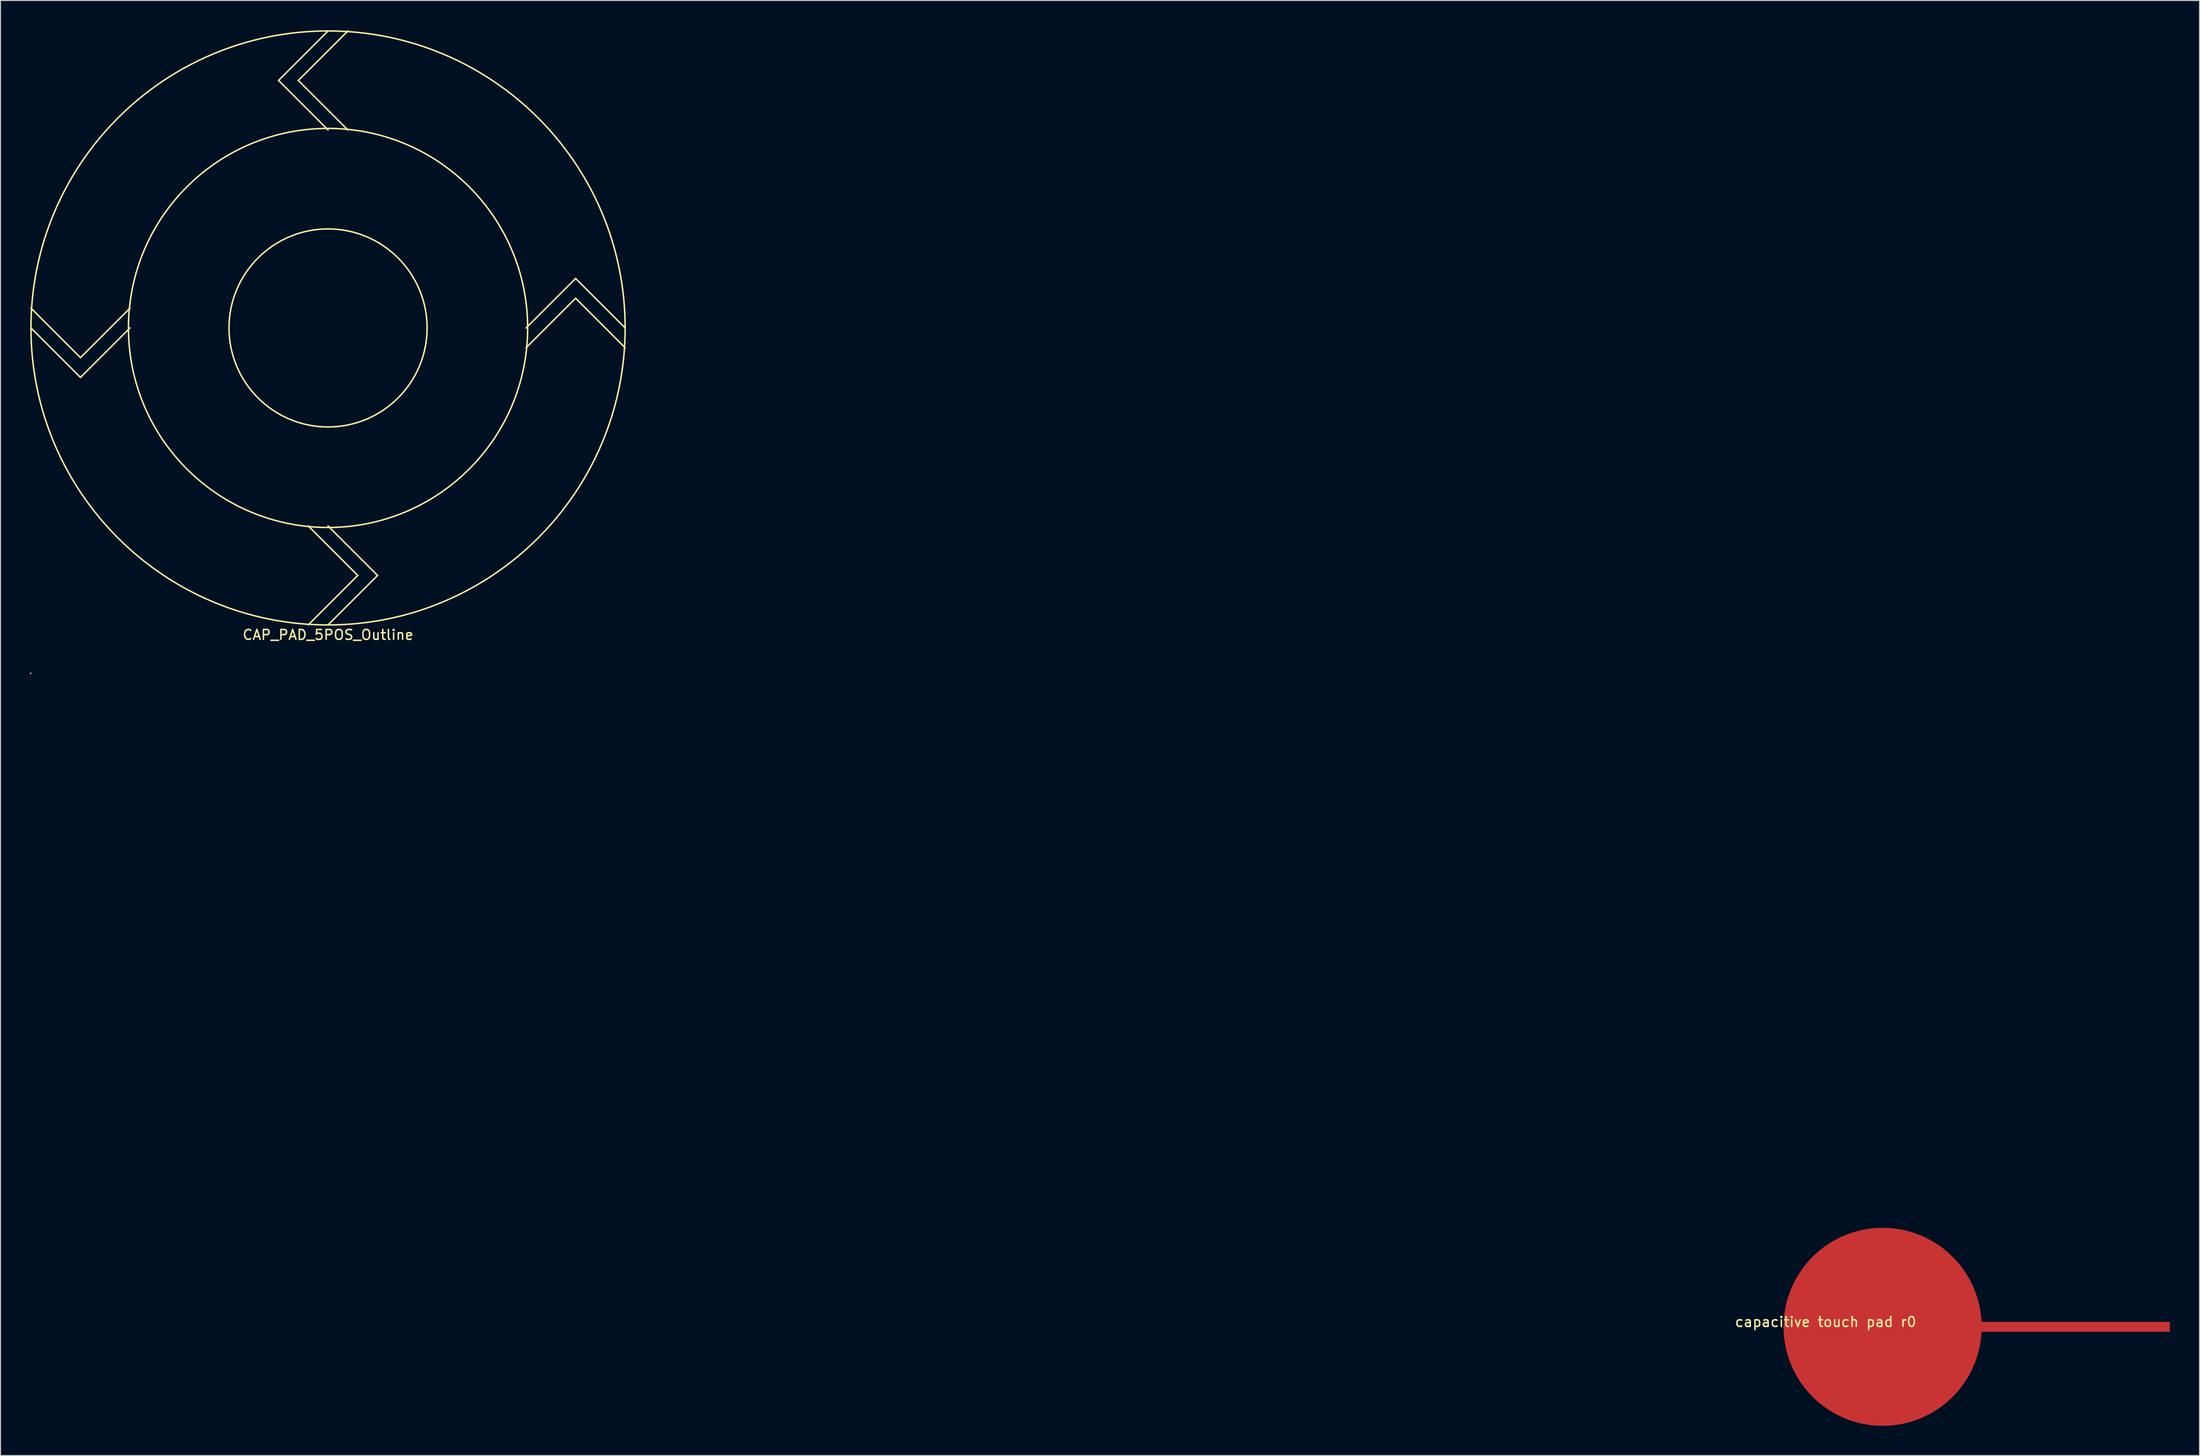
<source format=kicad_pcb>
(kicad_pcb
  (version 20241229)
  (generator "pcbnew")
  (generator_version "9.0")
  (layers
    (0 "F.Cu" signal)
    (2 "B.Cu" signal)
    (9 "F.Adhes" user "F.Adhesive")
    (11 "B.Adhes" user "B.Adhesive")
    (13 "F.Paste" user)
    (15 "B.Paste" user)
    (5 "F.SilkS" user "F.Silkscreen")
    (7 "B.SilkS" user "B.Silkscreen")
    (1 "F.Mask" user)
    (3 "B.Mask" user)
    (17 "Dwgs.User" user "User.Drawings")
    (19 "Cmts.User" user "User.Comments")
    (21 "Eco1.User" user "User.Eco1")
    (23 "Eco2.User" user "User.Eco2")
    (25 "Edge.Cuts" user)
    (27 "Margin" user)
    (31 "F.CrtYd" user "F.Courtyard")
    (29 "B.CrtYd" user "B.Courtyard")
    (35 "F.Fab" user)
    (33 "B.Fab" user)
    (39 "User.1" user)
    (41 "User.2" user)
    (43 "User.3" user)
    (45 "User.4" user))
  (footprint "CAP_PAD_5POS_Outline"
    (layer "F.Cu")
    (at 30.075 30.075)
    (property "Reference" "CAP_PAD_5POS_Outline" (at 0 31 0) (layer "F.SilkS") (effects (font (size 1 1) (thickness 0.15))))
    (attr through_hole)
    (fp_line (start -30 0) (end -25 5) (stroke (width 0.15) (type solid)) (layer "F.SilkS"))
    (fp_line (start -25 3) (end -30 -2) (stroke (width 0.15) (type solid)) (layer "F.SilkS"))
    (fp_line (start -25 5) (end -20 0) (stroke (width 0.15) (type solid)) (layer "F.SilkS"))
    (fp_line (start -20 -2) (end -25 3) (stroke (width 0.15) (type solid)) (layer "F.SilkS"))
    (fp_line (start -5 -25) (end 0 -30) (stroke (width 0.15) (type solid)) (layer "F.SilkS"))
    (fp_line (start -3 -25) (end 2 -20) (stroke (width 0.15) (type solid)) (layer "F.SilkS"))
    (fp_line (start -2 20) (end 3 25) (stroke (width 0.15) (type solid)) (layer "F.SilkS"))
    (fp_line (start 0 -20) (end -5 -25) (stroke (width 0.15) (type solid)) (layer "F.SilkS"))
    (fp_line (start 0 20) (end 5 25) (stroke (width 0.15) (type solid)) (layer "F.SilkS"))
    (fp_line (start 2 -30) (end -3 -25) (stroke (width 0.15) (type solid)) (layer "F.SilkS"))
    (fp_line (start 3 25) (end -2 30) (stroke (width 0.15) (type solid)) (layer "F.SilkS"))
    (fp_line (start 5 25) (end 0 30) (stroke (width 0.15) (type solid)) (layer "F.SilkS"))
    (fp_line (start 20 0) (end 25 -5) (stroke (width 0.15) (type solid)) (layer "F.SilkS"))
    (fp_line (start 20 2) (end 25 -3) (stroke (width 0.15) (type solid)) (layer "F.SilkS"))
    (fp_line (start 25 -5) (end 30 0) (stroke (width 0.15) (type solid)) (layer "F.SilkS"))
    (fp_line (start 25 -3) (end 30 2) (stroke (width 0.15) (type solid)) (layer "F.SilkS"))
    (fp_circle (center 0 0) (end 10 0) (stroke (width 0.15) (type solid)) (fill no) (layer "F.SilkS"))
    (fp_circle (center 0 0) (end 20 -2.5) (stroke (width 0.15) (type solid)) (fill no) (layer "F.SilkS"))
    (fp_circle (center 0 0) (end 30 0) (stroke (width 0.15) (type solid)) (fill no) (layer "F.SilkS")))
  (footprint "capacitive touch pad r0"
    (layer "F.Cu")
    (at 187.05 130.973)
    (property "Reference" "capacitive touch pad r0" (at -5.75 -0.5 0) (layer "F.SilkS") (effects (font (size 1 1) (thickness 0.15))))
    (attr through_hole)
    (fp_line (start -187 -66) (end -187 -66) (stroke (width 0.1) (type solid)) (layer "F.SilkS"))
    (fp_line (start -187 -66) (end -187 -66) (stroke (width 0.1) (type solid)) (layer "F.SilkS"))
    (fp_line (start -187 -66) (end -187 -66) (stroke (width 0.1) (type solid)) (layer "F.SilkS"))
    (fp_line (start -187 -66) (end -187 -66) (stroke (width 0.1) (type solid)) (layer "F.SilkS"))
    (fp_line (start -187 -66) (end -187 -66) (stroke (width 0.1) (type solid)) (layer "F.SilkS"))
    (fp_line (start -187 -66) (end -187 -66) (stroke (width 0.1) (type solid)) (layer "F.SilkS"))
    (fp_line (start -187 -66) (end -187 -66) (stroke (width 0.1) (type solid)) (layer "F.SilkS"))
    (fp_line (start -187 -66) (end -187 -66) (stroke (width 0.1) (type solid)) (layer "F.SilkS"))
    (fp_line (start -187 -66) (end -187 -66) (stroke (width 0.1) (type solid)) (layer "F.SilkS"))
    (fp_line (start -187 -66) (end -187 -66) (stroke (width 0.1) (type solid)) (layer "F.SilkS"))
    (fp_line (start -187 -66) (end -187 -66) (stroke (width 0.1) (type solid)) (layer "F.SilkS"))
    (fp_line (start -187 -66) (end -187 -66) (stroke (width 0.1) (type solid)) (layer "F.SilkS"))
    (fp_line (start -187 -66) (end -187 -66) (stroke (width 0.1) (type solid)) (layer "F.SilkS"))
    (fp_line (start -187 -66) (end -187 -66) (stroke (width 0.1) (type solid)) (layer "F.SilkS"))
    (fp_line (start -187 -66) (end -187 -66) (stroke (width 0.1) (type solid)) (layer "F.SilkS"))
    (fp_line (start -187 -66) (end -187 -66) (stroke (width 0.1) (type solid)) (layer "F.SilkS"))
    (fp_line (start -187 -66) (end -187 -66) (stroke (width 0.1) (type solid)) (layer "F.SilkS"))
    (fp_line (start -187 -66) (end -187 -66) (stroke (width 0.1) (type solid)) (layer "F.SilkS"))
    (fp_line (start -187 -66) (end -187 -66) (stroke (width 0.1) (type solid)) (layer "F.SilkS"))
    (fp_line (start -187 -66) (end -187 -66) (stroke (width 0.1) (type solid)) (layer "F.SilkS"))
    (fp_line (start -187 -66) (end -187 -66) (stroke (width 0.1) (type solid)) (layer "F.SilkS"))
    (fp_line (start -187 -66) (end -187 -66) (stroke (width 0.1) (type solid)) (layer "F.SilkS"))
    (fp_line (start -187 -66) (end -187 -66) (stroke (width 0.1) (type solid)) (layer "F.SilkS"))
    (fp_line (start -187 -66) (end -187 -66) (stroke (width 0.1) (type solid)) (layer "F.SilkS"))
    (fp_line (start -187 -66) (end -187 -66) (stroke (width 0.1) (type solid)) (layer "F.SilkS"))
    (fp_line (start -187 -66) (end -187 -66) (stroke (width 0.1) (type solid)) (layer "F.SilkS"))
    (fp_line (start -187 -66) (end -187 -66) (stroke (width 0.1) (type solid)) (layer "F.SilkS"))
    (fp_line (start -187 -66) (end -187 -66) (stroke (width 0.1) (type solid)) (layer "F.SilkS"))
    (fp_line (start -187 -66) (end -187 -66) (stroke (width 0.1) (type solid)) (layer "F.SilkS"))
    (fp_line (start -187 -66) (end -187 -66) (stroke (width 0.1) (type solid)) (layer "F.SilkS"))
    (fp_line (start -187 -66) (end -187 -66) (stroke (width 0.1) (type solid)) (layer "F.SilkS"))
    (fp_line (start -187 -66) (end -187 -66) (stroke (width 0.1) (type solid)) (layer "F.SilkS"))
    (fp_line (start -187 -66) (end -187 -66) (stroke (width 0.1) (type solid)) (layer "F.SilkS"))
    (fp_line (start -187 -66) (end -187 -66) (stroke (width 0.1) (type solid)) (layer "F.SilkS"))
    (fp_line (start -187 -66) (end -187 -66) (stroke (width 0.1) (type solid)) (layer "F.SilkS"))
    (fp_line (start -187 -66) (end -187 -66) (stroke (width 0.1) (type solid)) (layer "F.SilkS"))
    (fp_line (start -187 -66) (end -187 -66) (stroke (width 0.1) (type solid)) (layer "F.SilkS"))
    (fp_line (start -187 -66) (end -187 -66) (stroke (width 0.1) (type solid)) (layer "F.SilkS"))
    (fp_line (start -187 -66) (end -187 -66) (stroke (width 0.1) (type solid)) (layer "F.SilkS"))
    (fp_line (start -187 -66) (end -187 -66) (stroke (width 0.1) (type solid)) (layer "F.SilkS"))
    (fp_line (start -187 -66) (end -187 -66) (stroke (width 0.1) (type solid)) (layer "F.SilkS"))
    (fp_line (start -187 -66) (end -187 -66) (stroke (width 0.1) (type solid)) (layer "F.SilkS"))
    (fp_line (start -187 -66) (end -187 -66) (stroke (width 0.1) (type solid)) (layer "F.SilkS"))
    (fp_line (start -187 -66) (end -187 -66) (stroke (width 0.1) (type solid)) (layer "F.SilkS"))
    (fp_line (start -187 -66) (end -187 -66) (stroke (width 0.1) (type solid)) (layer "F.SilkS"))
    (fp_line (start -187 -66) (end -187 -66) (stroke (width 0.1) (type solid)) (layer "F.SilkS"))
    (fp_line (start -187 -66) (end -187 -66) (stroke (width 0.1) (type solid)) (layer "F.SilkS"))
    (fp_line (start -187 -66) (end -187 -66) (stroke (width 0.1) (type solid)) (layer "F.SilkS"))
    (fp_line (start -187 -66) (end -187 -66) (stroke (width 0.1) (type solid)) (layer "F.SilkS"))
    (fp_line (start -187 -66) (end -187 -66) (stroke (width 0.1) (type solid)) (layer "F.SilkS"))
    (fp_line (start -187 -66) (end -187 -66) (stroke (width 0.1) (type solid)) (layer "F.SilkS"))
    (fp_line (start -187 -66) (end -187 -66) (stroke (width 0.1) (type solid)) (layer "F.SilkS"))
    (fp_line (start -187 -66) (end -187 -66) (stroke (width 0.1) (type solid)) (layer "F.SilkS"))
    (fp_line (start -187 -66) (end -187 -66) (stroke (width 0.1) (type solid)) (layer "F.SilkS"))
    (fp_line (start -187 -66) (end -187 -66) (stroke (width 0.1) (type solid)) (layer "F.SilkS"))
    (fp_line (start -187 -66) (end -187 -66) (stroke (width 0.1) (type solid)) (layer "F.SilkS"))
    (fp_line (start -187 -66) (end -187 -66) (stroke (width 0.1) (type solid)) (layer "F.SilkS"))
    (fp_line (start -187 -66) (end -187 -66) (stroke (width 0.1) (type solid)) (layer "F.SilkS"))
    (fp_line (start -187 -66) (end -187 -66) (stroke (width 0.1) (type solid)) (layer "F.SilkS"))
    (fp_line (start -187 -66) (end -187 -66) (stroke (width 0.1) (type solid)) (layer "F.SilkS"))
    (fp_line (start -187 -66) (end -187 -66) (stroke (width 0.1) (type solid)) (layer "F.SilkS"))
    (fp_line (start -187 -66) (end -187 -66) (stroke (width 0.1) (type solid)) (layer "F.SilkS"))
    (fp_line (start -187 -66) (end -187 -66) (stroke (width 0.1) (type solid)) (layer "F.SilkS"))
    (fp_line (start -187 -66) (end -187 -66) (stroke (width 0.1) (type solid)) (layer "F.SilkS"))
    (fp_line (start -187 -66) (end -187 -66) (stroke (width 0.1) (type solid)) (layer "F.SilkS"))
    (fp_line (start -187 -66) (end -187 -66) (stroke (width 0.1) (type solid)) (layer "F.SilkS"))
    (fp_line (start -187 -66) (end -187 -66) (stroke (width 0.1) (type solid)) (layer "F.SilkS"))
    (fp_line (start -187 -66) (end -187 -66) (stroke (width 0.1) (type solid)) (layer "F.SilkS"))
    (fp_line (start -187 -66) (end -187 -66) (stroke (width 0.1) (type solid)) (layer "F.SilkS"))
    (fp_line (start -187 -66) (end -187 -66) (stroke (width 0.1) (type solid)) (layer "F.SilkS"))
    (fp_line (start -187 -66) (end -187 -66) (stroke (width 0.1) (type solid)) (layer "F.SilkS"))
    (fp_line (start -187 -66) (end -187 -66) (stroke (width 0.1) (type solid)) (layer "F.SilkS"))
    (fp_line (start -187 -66) (end -187 -66) (stroke (width 0.1) (type solid)) (layer "F.SilkS"))
    (fp_line (start -187 -66) (end -187 -66) (stroke (width 0.1) (type solid)) (layer "F.SilkS"))
    (fp_line (start -187 -66) (end -187 -66) (stroke (width 0.1) (type solid)) (layer "F.SilkS"))
    (fp_line (start -187 -66) (end -187 -66) (stroke (width 0.1) (type solid)) (layer "F.SilkS"))
    (fp_line (start -187 -66) (end -187 -66) (stroke (width 0.1) (type solid)) (layer "F.SilkS"))
    (fp_line (start -187 -66) (end -187 -66) (stroke (width 0.1) (type solid)) (layer "F.SilkS"))
    (fp_line (start -187 -66) (end -187 -66) (stroke (width 0.1) (type solid)) (layer "F.SilkS"))
    (fp_line (start -187 -66) (end -187 -66) (stroke (width 0.1) (type solid)) (layer "F.SilkS"))
    (fp_line (start -187 -66) (end -187 -66) (stroke (width 0.1) (type solid)) (layer "F.SilkS"))
    (fp_line (start -187 -66) (end -187 -66) (stroke (width 0.1) (type solid)) (layer "F.SilkS"))
    (fp_line (start -187 -66) (end -187 -66) (stroke (width 0.1) (type solid)) (layer "F.SilkS"))
    (fp_line (start -187 -66) (end -187 -66) (stroke (width 0.1) (type solid)) (layer "F.SilkS"))
    (fp_line (start -187 -66) (end -187 -66) (stroke (width 0.1) (type solid)) (layer "F.SilkS"))
    (fp_line (start -187 -66) (end -187 -66) (stroke (width 0.1) (type solid)) (layer "F.SilkS"))
    (fp_line (start -187 -66) (end -187 -66) (stroke (width 0.1) (type solid)) (layer "F.SilkS"))
    (fp_line (start -187 -66) (end -187 -66) (stroke (width 0.1) (type solid)) (layer "F.SilkS"))
    (fp_line (start -187 -66) (end -187 -66) (stroke (width 0.1) (type solid)) (layer "F.SilkS"))
    (fp_line (start -187 -66) (end -187 -66) (stroke (width 0.1) (type solid)) (layer "F.SilkS"))
    (fp_line (start -187 -66) (end -187 -66) (stroke (width 0.1) (type solid)) (layer "F.SilkS"))
    (fp_line (start -187 -66) (end -187 -66) (stroke (width 0.1) (type solid)) (layer "F.SilkS"))
    (fp_line (start -187 -66) (end -187 -66) (stroke (width 0.1) (type solid)) (layer "F.SilkS"))
    (fp_line (start -187 -66) (end -187 -66) (stroke (width 0.1) (type solid)) (layer "F.SilkS"))
    (fp_line (start -187 -66) (end -187 -66) (stroke (width 0.1) (type solid)) (layer "F.SilkS"))
    (fp_line (start -187 -66) (end -187 -66) (stroke (width 0.1) (type solid)) (layer "F.SilkS"))
    (fp_line (start -187 -66) (end -187 -66) (stroke (width 0.1) (type solid)) (layer "F.SilkS"))
    (fp_line (start -187 -66) (end -187 -66) (stroke (width 0.1) (type solid)) (layer "F.SilkS"))
    (fp_line (start -187 -66) (end -187 -66) (stroke (width 0.1) (type solid)) (layer "F.SilkS"))
    (fp_line (start -187 -66) (end -187 -66) (stroke (width 0.1) (type solid)) (layer "F.SilkS"))
    (pad "1" smd circle (at 0 0 27) (size 20 20) (layers "F.Cu" "F.Mask" "F.Paste"))
    (pad "1" smd rect (at 19 0 90) (size 1 20) (layers "F.Cu" "F.Mask" "F.Paste")))
  (gr_rect
    (start -3 -3)
    (end 219.05 143.973)
    (stroke (width 0.1) (type default))
    (fill no)
    (layer "Edge.Cuts")))
</source>
